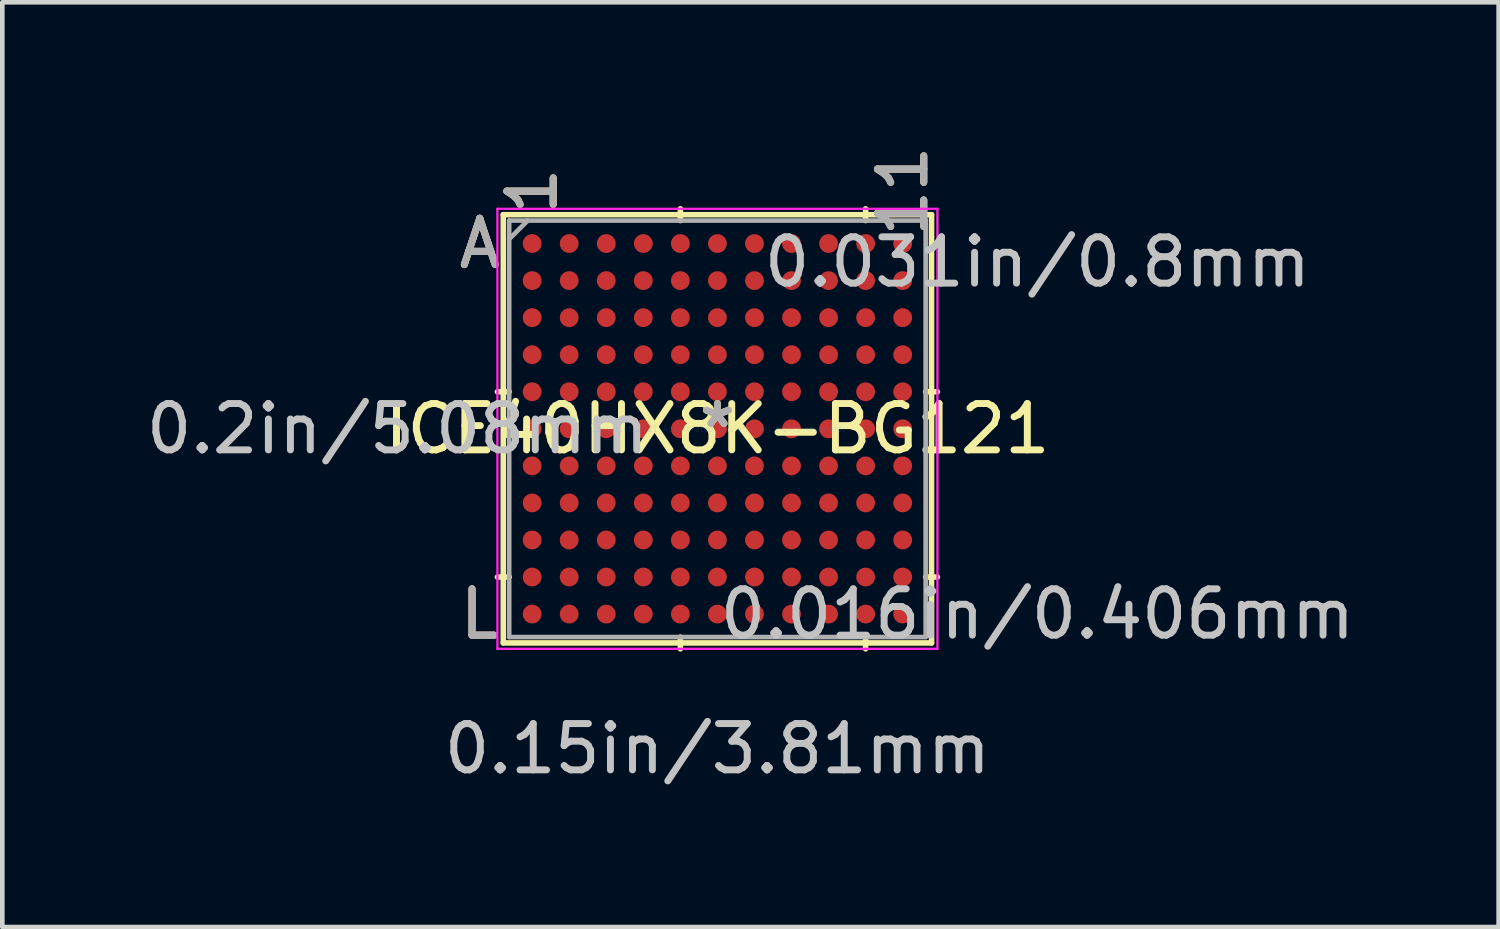
<source format=kicad_pcb>
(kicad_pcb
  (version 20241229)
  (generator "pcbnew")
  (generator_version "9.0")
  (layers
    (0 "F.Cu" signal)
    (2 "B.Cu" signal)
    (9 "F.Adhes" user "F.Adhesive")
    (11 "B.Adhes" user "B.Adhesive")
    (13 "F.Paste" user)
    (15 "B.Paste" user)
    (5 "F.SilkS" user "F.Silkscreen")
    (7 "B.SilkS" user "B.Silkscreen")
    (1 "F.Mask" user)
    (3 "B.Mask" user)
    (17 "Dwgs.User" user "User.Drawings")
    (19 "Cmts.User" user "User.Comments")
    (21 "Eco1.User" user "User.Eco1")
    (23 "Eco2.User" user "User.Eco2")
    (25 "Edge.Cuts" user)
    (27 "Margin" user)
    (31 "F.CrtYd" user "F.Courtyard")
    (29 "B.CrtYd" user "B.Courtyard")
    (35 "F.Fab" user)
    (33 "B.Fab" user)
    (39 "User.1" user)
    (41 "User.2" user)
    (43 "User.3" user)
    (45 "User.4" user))
  (footprint "ICE40HX8K-BG121"
    (layer "F.Cu")
    (at 12.439 6.208)
    (property "Reference" "ICE40HX8K-BG121" (at 0 0 0) (layer "F.SilkS") (effects (font (size 1 1) (thickness 0.15))))
    (attr through_hole)
    (fp_line (start -4.623 -4.623) (end -4.623 4.623) (stroke (width 0.12) (type solid)) (layer "F.SilkS"))
    (fp_line (start -4.623 4.623) (end 4.623 4.623) (stroke (width 0.12) (type solid)) (layer "F.SilkS"))
    (fp_line (start -4.496 -0.8) (end -4.75 -0.8) (stroke (width 0.12) (type solid)) (layer "F.SilkS"))
    (fp_line (start -4.496 3.2) (end -4.75 3.2) (stroke (width 0.12) (type solid)) (layer "F.SilkS"))
    (fp_line (start -0.8 -4.496) (end -0.8 -4.75) (stroke (width 0.12) (type solid)) (layer "F.SilkS"))
    (fp_line (start -0.8 4.496) (end -0.8 4.75) (stroke (width 0.12) (type solid)) (layer "F.SilkS"))
    (fp_line (start 3.2 -4.496) (end 3.2 -4.75) (stroke (width 0.12) (type solid)) (layer "F.SilkS"))
    (fp_line (start 3.2 4.496) (end 3.2 4.75) (stroke (width 0.12) (type solid)) (layer "F.SilkS"))
    (fp_line (start 4.496 -0.8) (end 4.75 -0.8) (stroke (width 0.12) (type solid)) (layer "F.SilkS"))
    (fp_line (start 4.496 3.2) (end 4.75 3.2) (stroke (width 0.12) (type solid)) (layer "F.SilkS"))
    (fp_line (start 4.623 -4.623) (end -4.623 -4.623) (stroke (width 0.12) (type solid)) (layer "F.SilkS"))
    (fp_line (start 4.623 4.623) (end 4.623 -4.623) (stroke (width 0.12) (type solid)) (layer "F.SilkS"))
    (fp_line (start -4.75 -4.75) (end 4.75 -4.75) (stroke (width 0.05) (type solid)) (layer "F.CrtYd"))
    (fp_line (start -4.75 4.75) (end -4.75 -4.75) (stroke (width 0.05) (type solid)) (layer "F.CrtYd"))
    (fp_line (start 4.75 -4.75) (end 4.75 4.75) (stroke (width 0.05) (type solid)) (layer "F.CrtYd"))
    (fp_line (start 4.75 4.75) (end -4.75 4.75) (stroke (width 0.05) (type solid)) (layer "F.CrtYd"))
    (fp_line (start -4.496 -4.496) (end -4.496 4.496) (stroke (width 0.1) (type solid)) (layer "F.Fab"))
    (fp_line (start -4.496 4.496) (end 4.496 4.496) (stroke (width 0.1) (type solid)) (layer "F.Fab"))
    (fp_line (start -4.096 -4.496) (end -4.496 -4.096) (stroke (width 0.1) (type solid)) (layer "F.Fab"))
    (fp_line (start 4.496 -4.496) (end -4.496 -4.496) (stroke (width 0.1) (type solid)) (layer "F.Fab"))
    (fp_line (start 4.496 4.496) (end 4.496 -4.496) (stroke (width 0.1) (type solid)) (layer "F.Fab"))
    (fp_text user "1" (at -4 -5.131 90) (layer "F.SilkS") (effects (font (size 1 1) (thickness 0.15))))
    (fp_text user "L" (at -5.131 4 0) (layer "F.SilkS") (effects (font (size 1 1) (thickness 0.15))))
    (fp_text user "11" (at 4 -5.131 90) (layer "F.SilkS") (effects (font (size 1 1) (thickness 0.15))))
    (fp_text user "*" (at 0 0 0) (layer "F.SilkS") (effects (font (size 1 1) (thickness 0.15))))
    (fp_text user "A" (at -5.131 -4 0) (layer "F.SilkS") (effects (font (size 1 1) (thickness 0.15))))
    (fp_text user "L" (at -5.131 4 0) (layer "B.SilkS") (effects (font (size 1 1) (thickness 0.15))))
    (fp_text user "A" (at -5.131 -4 0) (layer "B.SilkS") (effects (font (size 1 1) (thickness 0.15))))
    (fp_text user "1" (at -4 -5.131 90) (layer "B.SilkS") (effects (font (size 1 1) (thickness 0.15))))
    (fp_text user "11" (at 4 -5.131 90) (layer "B.SilkS") (effects (font (size 1 1) (thickness 0.15))))
    (fp_text user "0.15in/3.81mm" (at 0 6.909 0) (layer "Dwgs.User") (effects (font (size 1 1) (thickness 0.15))))
    (fp_text user "0.016in/0.406mm" (at 6.909 4 0) (layer "Dwgs.User") (effects (font (size 1 1) (thickness 0.15))))
    (fp_text user "0.2in/5.08mm" (at -6.909 0 0) (layer "Dwgs.User") (effects (font (size 1 1) (thickness 0.15))))
    (fp_text user "0.031in/0.8mm" (at 6.909 -3.6 0) (layer "Dwgs.User") (effects (font (size 1 1) (thickness 0.15))))
    (fp_text user "Copyright 2021 Accelerated Designs. All rights reserved." (at 0 0 0) (layer "Cmts.User") (effects (font (size 0.127 0.127) (thickness 0.002))))
    (fp_text user "*" (at 0 0 0) (layer "F.Fab") (effects (font (size 1 1) (thickness 0.15))))
    (fp_text user "A" (at -5.131 -4 0) (layer "F.Fab") (effects (font (size 1 1) (thickness 0.15))))
    (fp_text user "1" (at -4 -5.131 90) (layer "F.Fab") (effects (font (size 1 1) (thickness 0.15))))
    (fp_text user "L" (at -5.131 4 0) (layer "F.Fab") (effects (font (size 1 1) (thickness 0.15))))
    (fp_text user "11" (at 4 -5.131 90) (layer "F.Fab") (effects (font (size 1 1) (thickness 0.15))))
    (pad "A1" smd circle (at -4 -4) (size 0.406 0.406) (layers "F.Cu" "F.Mask" "F.Paste"))
    (pad "A2" smd circle (at -3.2 -4) (size 0.406 0.406) (layers "F.Cu" "F.Mask" "F.Paste"))
    (pad "A3" smd circle (at -2.4 -4) (size 0.406 0.406) (layers "F.Cu" "F.Mask" "F.Paste"))
    (pad "A4" smd circle (at -1.6 -4) (size 0.406 0.406) (layers "F.Cu" "F.Mask" "F.Paste"))
    (pad "A5" smd circle (at -0.8 -4) (size 0.406 0.406) (layers "F.Cu" "F.Mask" "F.Paste"))
    (pad "A6" smd circle (at 0 -4) (size 0.406 0.406) (layers "F.Cu" "F.Mask" "F.Paste"))
    (pad "A7" smd circle (at 0.8 -4) (size 0.406 0.406) (layers "F.Cu" "F.Mask" "F.Paste"))
    (pad "A8" smd circle (at 1.6 -4) (size 0.406 0.406) (layers "F.Cu" "F.Mask" "F.Paste"))
    (pad "A9" smd circle (at 2.4 -4) (size 0.406 0.406) (layers "F.Cu" "F.Mask" "F.Paste"))
    (pad "A10" smd circle (at 3.2 -4) (size 0.406 0.406) (layers "F.Cu" "F.Mask" "F.Paste"))
    (pad "A11" smd circle (at 4 -4) (size 0.406 0.406) (layers "F.Cu" "F.Mask" "F.Paste"))
    (pad "B1" smd circle (at -4 -3.2) (size 0.406 0.406) (layers "F.Cu" "F.Mask" "F.Paste"))
    (pad "B2" smd circle (at -3.2 -3.2) (size 0.406 0.406) (layers "F.Cu" "F.Mask" "F.Paste"))
    (pad "B3" smd circle (at -2.4 -3.2) (size 0.406 0.406) (layers "F.Cu" "F.Mask" "F.Paste"))
    (pad "B4" smd circle (at -1.6 -3.2) (size 0.406 0.406) (layers "F.Cu" "F.Mask" "F.Paste"))
    (pad "B5" smd circle (at -0.8 -3.2) (size 0.406 0.406) (layers "F.Cu" "F.Mask" "F.Paste"))
    (pad "B6" smd circle (at 0 -3.2) (size 0.406 0.406) (layers "F.Cu" "F.Mask" "F.Paste"))
    (pad "B7" smd circle (at 0.8 -3.2) (size 0.406 0.406) (layers "F.Cu" "F.Mask" "F.Paste"))
    (pad "B8" smd circle (at 1.6 -3.2) (size 0.406 0.406) (layers "F.Cu" "F.Mask" "F.Paste"))
    (pad "B9" smd circle (at 2.4 -3.2) (size 0.406 0.406) (layers "F.Cu" "F.Mask" "F.Paste"))
    (pad "B10" smd circle (at 3.2 -3.2) (size 0.406 0.406) (layers "F.Cu" "F.Mask" "F.Paste"))
    (pad "B11" smd circle (at 4 -3.2) (size 0.406 0.406) (layers "F.Cu" "F.Mask" "F.Paste"))
    (pad "C1" smd circle (at -4 -2.4) (size 0.406 0.406) (layers "F.Cu" "F.Mask" "F.Paste"))
    (pad "C2" smd circle (at -3.2 -2.4) (size 0.406 0.406) (layers "F.Cu" "F.Mask" "F.Paste"))
    (pad "C3" smd circle (at -2.4 -2.4) (size 0.406 0.406) (layers "F.Cu" "F.Mask" "F.Paste"))
    (pad "C4" smd circle (at -1.6 -2.4) (size 0.406 0.406) (layers "F.Cu" "F.Mask" "F.Paste"))
    (pad "C5" smd circle (at -0.8 -2.4) (size 0.406 0.406) (layers "F.Cu" "F.Mask" "F.Paste"))
    (pad "C6" smd circle (at 0 -2.4) (size 0.406 0.406) (layers "F.Cu" "F.Mask" "F.Paste"))
    (pad "C7" smd circle (at 0.8 -2.4) (size 0.406 0.406) (layers "F.Cu" "F.Mask" "F.Paste"))
    (pad "C8" smd circle (at 1.6 -2.4) (size 0.406 0.406) (layers "F.Cu" "F.Mask" "F.Paste"))
    (pad "C9" smd circle (at 2.4 -2.4) (size 0.406 0.406) (layers "F.Cu" "F.Mask" "F.Paste"))
    (pad "C10" smd circle (at 3.2 -2.4) (size 0.406 0.406) (layers "F.Cu" "F.Mask" "F.Paste"))
    (pad "C11" smd circle (at 4 -2.4) (size 0.406 0.406) (layers "F.Cu" "F.Mask" "F.Paste"))
    (pad "D1" smd circle (at -4 -1.6) (size 0.406 0.406) (layers "F.Cu" "F.Mask" "F.Paste"))
    (pad "D2" smd circle (at -3.2 -1.6) (size 0.406 0.406) (layers "F.Cu" "F.Mask" "F.Paste"))
    (pad "D3" smd circle (at -2.4 -1.6) (size 0.406 0.406) (layers "F.Cu" "F.Mask" "F.Paste"))
    (pad "D4" smd circle (at -1.6 -1.6) (size 0.406 0.406) (layers "F.Cu" "F.Mask" "F.Paste"))
    (pad "D5" smd circle (at -0.8 -1.6) (size 0.406 0.406) (layers "F.Cu" "F.Mask" "F.Paste"))
    (pad "D6" smd circle (at 0 -1.6) (size 0.406 0.406) (layers "F.Cu" "F.Mask" "F.Paste"))
    (pad "D7" smd circle (at 0.8 -1.6) (size 0.406 0.406) (layers "F.Cu" "F.Mask" "F.Paste"))
    (pad "D8" smd circle (at 1.6 -1.6) (size 0.406 0.406) (layers "F.Cu" "F.Mask" "F.Paste"))
    (pad "D9" smd circle (at 2.4 -1.6) (size 0.406 0.406) (layers "F.Cu" "F.Mask" "F.Paste"))
    (pad "D10" smd circle (at 3.2 -1.6) (size 0.406 0.406) (layers "F.Cu" "F.Mask" "F.Paste"))
    (pad "D11" smd circle (at 4 -1.6) (size 0.406 0.406) (layers "F.Cu" "F.Mask" "F.Paste"))
    (pad "E1" smd circle (at -4 -0.8) (size 0.406 0.406) (layers "F.Cu" "F.Mask" "F.Paste"))
    (pad "E2" smd circle (at -3.2 -0.8) (size 0.406 0.406) (layers "F.Cu" "F.Mask" "F.Paste"))
    (pad "E3" smd circle (at -2.4 -0.8) (size 0.406 0.406) (layers "F.Cu" "F.Mask" "F.Paste"))
    (pad "E4" smd circle (at -1.6 -0.8) (size 0.406 0.406) (layers "F.Cu" "F.Mask" "F.Paste"))
    (pad "E5" smd circle (at -0.8 -0.8) (size 0.406 0.406) (layers "F.Cu" "F.Mask" "F.Paste"))
    (pad "E6" smd circle (at 0 -0.8) (size 0.406 0.406) (layers "F.Cu" "F.Mask" "F.Paste"))
    (pad "E7" smd circle (at 0.8 -0.8) (size 0.406 0.406) (layers "F.Cu" "F.Mask" "F.Paste"))
    (pad "E8" smd circle (at 1.6 -0.8) (size 0.406 0.406) (layers "F.Cu" "F.Mask" "F.Paste"))
    (pad "E9" smd circle (at 2.4 -0.8) (size 0.406 0.406) (layers "F.Cu" "F.Mask" "F.Paste"))
    (pad "E10" smd circle (at 3.2 -0.8) (size 0.406 0.406) (layers "F.Cu" "F.Mask" "F.Paste"))
    (pad "E11" smd circle (at 4 -0.8) (size 0.406 0.406) (layers "F.Cu" "F.Mask" "F.Paste"))
    (pad "F1" smd circle (at -4 0) (size 0.406 0.406) (layers "F.Cu" "F.Mask" "F.Paste"))
    (pad "F2" smd circle (at -3.2 0) (size 0.406 0.406) (layers "F.Cu" "F.Mask" "F.Paste"))
    (pad "F3" smd circle (at -2.4 0) (size 0.406 0.406) (layers "F.Cu" "F.Mask" "F.Paste"))
    (pad "F4" smd circle (at -1.6 0) (size 0.406 0.406) (layers "F.Cu" "F.Mask" "F.Paste"))
    (pad "F5" smd circle (at -0.8 0) (size 0.406 0.406) (layers "F.Cu" "F.Mask" "F.Paste"))
    (pad "F6" smd circle (at 0 0) (size 0.406 0.406) (layers "F.Cu" "F.Mask" "F.Paste"))
    (pad "F7" smd circle (at 0.8 0) (size 0.406 0.406) (layers "F.Cu" "F.Mask" "F.Paste"))
    (pad "F8" smd circle (at 1.6 0) (size 0.406 0.406) (layers "F.Cu" "F.Mask" "F.Paste"))
    (pad "F9" smd circle (at 2.4 0) (size 0.406 0.406) (layers "F.Cu" "F.Mask" "F.Paste"))
    (pad "F10" smd circle (at 3.2 0) (size 0.406 0.406) (layers "F.Cu" "F.Mask" "F.Paste"))
    (pad "F11" smd circle (at 4 0) (size 0.406 0.406) (layers "F.Cu" "F.Mask" "F.Paste"))
    (pad "G1" smd circle (at -4 0.8) (size 0.406 0.406) (layers "F.Cu" "F.Mask" "F.Paste"))
    (pad "G2" smd circle (at -3.2 0.8) (size 0.406 0.406) (layers "F.Cu" "F.Mask" "F.Paste"))
    (pad "G3" smd circle (at -2.4 0.8) (size 0.406 0.406) (layers "F.Cu" "F.Mask" "F.Paste"))
    (pad "G4" smd circle (at -1.6 0.8) (size 0.406 0.406) (layers "F.Cu" "F.Mask" "F.Paste"))
    (pad "G5" smd circle (at -0.8 0.8) (size 0.406 0.406) (layers "F.Cu" "F.Mask" "F.Paste"))
    (pad "G6" smd circle (at 0 0.8) (size 0.406 0.406) (layers "F.Cu" "F.Mask" "F.Paste"))
    (pad "G7" smd circle (at 0.8 0.8) (size 0.406 0.406) (layers "F.Cu" "F.Mask" "F.Paste"))
    (pad "G8" smd circle (at 1.6 0.8) (size 0.406 0.406) (layers "F.Cu" "F.Mask" "F.Paste"))
    (pad "G9" smd circle (at 2.4 0.8) (size 0.406 0.406) (layers "F.Cu" "F.Mask" "F.Paste"))
    (pad "G10" smd circle (at 3.2 0.8) (size 0.406 0.406) (layers "F.Cu" "F.Mask" "F.Paste"))
    (pad "G11" smd circle (at 4 0.8) (size 0.406 0.406) (layers "F.Cu" "F.Mask" "F.Paste"))
    (pad "H1" smd circle (at -4 1.6) (size 0.406 0.406) (layers "F.Cu" "F.Mask" "F.Paste"))
    (pad "H2" smd circle (at -3.2 1.6) (size 0.406 0.406) (layers "F.Cu" "F.Mask" "F.Paste"))
    (pad "H3" smd circle (at -2.4 1.6) (size 0.406 0.406) (layers "F.Cu" "F.Mask" "F.Paste"))
    (pad "H4" smd circle (at -1.6 1.6) (size 0.406 0.406) (layers "F.Cu" "F.Mask" "F.Paste"))
    (pad "H5" smd circle (at -0.8 1.6) (size 0.406 0.406) (layers "F.Cu" "F.Mask" "F.Paste"))
    (pad "H6" smd circle (at 0 1.6) (size 0.406 0.406) (layers "F.Cu" "F.Mask" "F.Paste"))
    (pad "H7" smd circle (at 0.8 1.6) (size 0.406 0.406) (layers "F.Cu" "F.Mask" "F.Paste"))
    (pad "H8" smd circle (at 1.6 1.6) (size 0.406 0.406) (layers "F.Cu" "F.Mask" "F.Paste"))
    (pad "H9" smd circle (at 2.4 1.6) (size 0.406 0.406) (layers "F.Cu" "F.Mask" "F.Paste"))
    (pad "H10" smd circle (at 3.2 1.6) (size 0.406 0.406) (layers "F.Cu" "F.Mask" "F.Paste"))
    (pad "H11" smd circle (at 4 1.6) (size 0.406 0.406) (layers "F.Cu" "F.Mask" "F.Paste"))
    (pad "J1" smd circle (at -4 2.4) (size 0.406 0.406) (layers "F.Cu" "F.Mask" "F.Paste"))
    (pad "J2" smd circle (at -3.2 2.4) (size 0.406 0.406) (layers "F.Cu" "F.Mask" "F.Paste"))
    (pad "J3" smd circle (at -2.4 2.4) (size 0.406 0.406) (layers "F.Cu" "F.Mask" "F.Paste"))
    (pad "J4" smd circle (at -1.6 2.4) (size 0.406 0.406) (layers "F.Cu" "F.Mask" "F.Paste"))
    (pad "J5" smd circle (at -0.8 2.4) (size 0.406 0.406) (layers "F.Cu" "F.Mask" "F.Paste"))
    (pad "J6" smd circle (at 0 2.4) (size 0.406 0.406) (layers "F.Cu" "F.Mask" "F.Paste"))
    (pad "J7" smd circle (at 0.8 2.4) (size 0.406 0.406) (layers "F.Cu" "F.Mask" "F.Paste"))
    (pad "J8" smd circle (at 1.6 2.4) (size 0.406 0.406) (layers "F.Cu" "F.Mask" "F.Paste"))
    (pad "J9" smd circle (at 2.4 2.4) (size 0.406 0.406) (layers "F.Cu" "F.Mask" "F.Paste"))
    (pad "J10" smd circle (at 3.2 2.4) (size 0.406 0.406) (layers "F.Cu" "F.Mask" "F.Paste"))
    (pad "J11" smd circle (at 4 2.4) (size 0.406 0.406) (layers "F.Cu" "F.Mask" "F.Paste"))
    (pad "K1" smd circle (at -4 3.2) (size 0.406 0.406) (layers "F.Cu" "F.Mask" "F.Paste"))
    (pad "K2" smd circle (at -3.2 3.2) (size 0.406 0.406) (layers "F.Cu" "F.Mask" "F.Paste"))
    (pad "K3" smd circle (at -2.4 3.2) (size 0.406 0.406) (layers "F.Cu" "F.Mask" "F.Paste"))
    (pad "K4" smd circle (at -1.6 3.2) (size 0.406 0.406) (layers "F.Cu" "F.Mask" "F.Paste"))
    (pad "K5" smd circle (at -0.8 3.2) (size 0.406 0.406) (layers "F.Cu" "F.Mask" "F.Paste"))
    (pad "K6" smd circle (at 0 3.2) (size 0.406 0.406) (layers "F.Cu" "F.Mask" "F.Paste"))
    (pad "K7" smd circle (at 0.8 3.2) (size 0.406 0.406) (layers "F.Cu" "F.Mask" "F.Paste"))
    (pad "K8" smd circle (at 1.6 3.2) (size 0.406 0.406) (layers "F.Cu" "F.Mask" "F.Paste"))
    (pad "K9" smd circle (at 2.4 3.2) (size 0.406 0.406) (layers "F.Cu" "F.Mask" "F.Paste"))
    (pad "K10" smd circle (at 3.2 3.2) (size 0.406 0.406) (layers "F.Cu" "F.Mask" "F.Paste"))
    (pad "K11" smd circle (at 4 3.2) (size 0.406 0.406) (layers "F.Cu" "F.Mask" "F.Paste"))
    (pad "L1" smd circle (at -4 4) (size 0.406 0.406) (layers "F.Cu" "F.Mask" "F.Paste"))
    (pad "L2" smd circle (at -3.2 4) (size 0.406 0.406) (layers "F.Cu" "F.Mask" "F.Paste"))
    (pad "L3" smd circle (at -2.4 4) (size 0.406 0.406) (layers "F.Cu" "F.Mask" "F.Paste"))
    (pad "L4" smd circle (at -1.6 4) (size 0.406 0.406) (layers "F.Cu" "F.Mask" "F.Paste"))
    (pad "L5" smd circle (at -0.8 4) (size 0.406 0.406) (layers "F.Cu" "F.Mask" "F.Paste"))
    (pad "L6" smd circle (at 0 4) (size 0.406 0.406) (layers "F.Cu" "F.Mask" "F.Paste"))
    (pad "L7" smd circle (at 0.8 4) (size 0.406 0.406) (layers "F.Cu" "F.Mask" "F.Paste"))
    (pad "L8" smd circle (at 1.6 4) (size 0.406 0.406) (layers "F.Cu" "F.Mask" "F.Paste"))
    (pad "L9" smd circle (at 2.4 4) (size 0.406 0.406) (layers "F.Cu" "F.Mask" "F.Paste"))
    (pad "L10" smd circle (at 3.2 4) (size 0.406 0.406) (layers "F.Cu" "F.Mask" "F.Paste"))
    (pad "L11" smd circle (at 4 4) (size 0.406 0.406) (layers "F.Cu" "F.Mask" "F.Paste")))
  (gr_rect
    (start -3 -3)
    (end 29.306 16.965)
    (stroke (width 0.1) (type default))
    (fill no)
    (layer "Edge.Cuts")))
</source>
